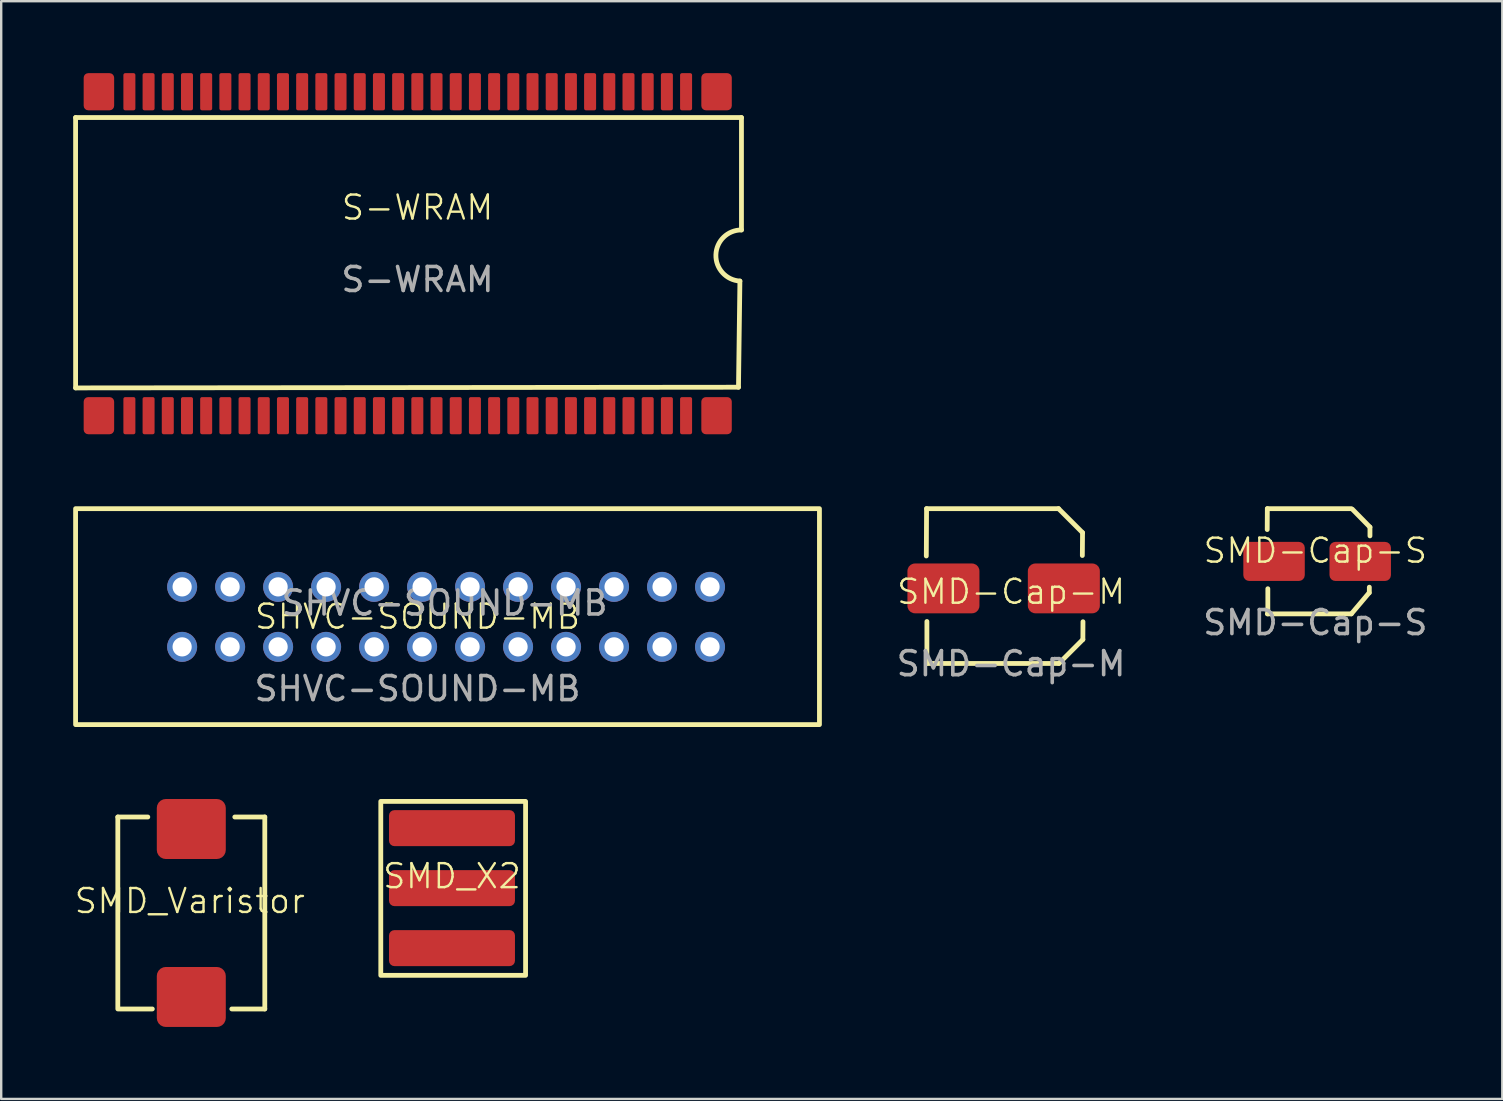
<source format=kicad_pcb>
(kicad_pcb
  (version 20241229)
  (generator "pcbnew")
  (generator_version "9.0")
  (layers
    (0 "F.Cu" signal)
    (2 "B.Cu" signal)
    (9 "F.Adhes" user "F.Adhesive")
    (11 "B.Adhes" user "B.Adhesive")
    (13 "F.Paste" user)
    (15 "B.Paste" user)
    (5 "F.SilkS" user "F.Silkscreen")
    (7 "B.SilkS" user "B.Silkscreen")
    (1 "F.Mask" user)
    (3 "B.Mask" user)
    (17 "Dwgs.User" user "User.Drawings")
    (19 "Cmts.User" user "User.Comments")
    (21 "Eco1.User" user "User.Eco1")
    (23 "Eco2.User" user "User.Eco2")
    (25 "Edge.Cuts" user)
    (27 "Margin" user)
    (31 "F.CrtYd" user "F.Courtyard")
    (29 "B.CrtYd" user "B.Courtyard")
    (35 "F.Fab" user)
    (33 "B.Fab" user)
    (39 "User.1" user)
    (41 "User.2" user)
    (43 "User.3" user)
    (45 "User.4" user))
  (footprint "SMD-Cap-M"
    (layer "F.Cu")
    (at 39.087 22.11)
    (property "Reference" "SMD-Cap-M" (at 0 -0.5 0) (unlocked yes) (layer "F.SilkS") (effects (font (size 1 1) (thickness 0.1))))
    (attr smd)
    (fp_line (start -3.523 -3.963) (end -3.534 -1.99) (stroke (width 0.2) (type solid)) (layer "F.SilkS"))
    (fp_line (start -3.523 -3.963) (end 1.977 -3.963) (stroke (width 0.2) (type solid)) (layer "F.SilkS"))
    (fp_line (start -3.509 2.49) (end -3.509 0.74) (stroke (width 0.2) (type solid)) (layer "F.SilkS"))
    (fp_line (start 1.977 -3.963) (end 2.977 -2.963) (stroke (width 0.2) (type solid)) (layer "F.SilkS"))
    (fp_line (start 1.991 2.49) (end -3.509 2.49) (stroke (width 0.2) (type solid)) (layer "F.SilkS"))
    (fp_line (start 2.977 -2.963) (end 2.969 -2.009) (stroke (width 0.2) (type solid)) (layer "F.SilkS"))
    (fp_line (start 2.991 1.49) (end 1.991 2.49) (stroke (width 0.2) (type solid)) (layer "F.SilkS"))
    (fp_line (start 2.995 0.75) (end 2.991 1.49) (stroke (width 0.2) (type solid)) (layer "F.SilkS"))
    (fp_text user "${REFERENCE}" (at 0 2.5 0) (unlocked yes) (layer "F.Fab") (effects (font (size 1 1) (thickness 0.15))))
    (pad "1" smd roundrect (at 2.198 -0.639) (size 3.001 2.077) (layers "F.Cu" "F.Mask" "F.Paste") (roundrect_rratio 0.15))
    (pad "2" smd roundrect (at -2.82 -0.639) (size 3.001 2.077) (layers "F.Cu" "F.Mask" "F.Paste") (roundrect_rratio 0.15)))
  (footprint "S-WRAM"
    (layer "F.Cu")
    (at 14.35 6.099)
    (property "Reference" "S-WRAM" (at 0 -0.5 0) (unlocked yes) (layer "F.SilkS") (effects (font (size 1 1) (thickness 0.1))))
    (attr smd)
    (fp_line (start -14.25 -4.25) (end -14.249 7.017) (stroke (width 0.2) (type solid)) (layer "F.SilkS"))
    (fp_line (start -14.25 -4.25) (end 13.5 -4.25) (stroke (width 0.2) (type solid)) (layer "F.SilkS"))
    (fp_line (start -14.249 7.017) (end 13.376 6.988) (stroke (width 0.2) (type solid)) (layer "F.SilkS"))
    (fp_line (start 13.376 6.988) (end 13.435 2.564) (stroke (width 0.2) (type solid)) (layer "F.SilkS"))
    (fp_line (start 13.5 -4.25) (end 13.5 0.434) (stroke (width 0.2) (type solid)) (layer "F.SilkS"))
    (fp_arc (start 13.434877 2.564133) (mid 12.434374 1.467423) (end 13.5 0.433876) (stroke (width 0.2) (type solid)) (layer "F.SilkS"))
    (fp_text user "${REFERENCE}" (at 0 2.5 0) (unlocked yes) (layer "F.Fab") (effects (font (size 1 1) (thickness 0.15))))
    (pad "1" smd roundrect (at 12.462 -5.326 90) (size 1.548 1.27) (layers "F.Cu" "F.Mask" "F.Paste") (roundrect_rratio 0.15))
    (pad "2" smd roundrect (at 11.192 -5.326 90) (size 1.548 0.5) (layers "F.Cu" "F.Mask" "F.Paste") (roundrect_rratio 0.15))
    (pad "3" smd roundrect (at 10.392 -5.326 90) (size 1.548 0.5) (layers "F.Cu" "F.Mask" "F.Paste") (roundrect_rratio 0.15))
    (pad "4" smd roundrect (at 9.592 -5.326 90) (size 1.548 0.5) (layers "F.Cu" "F.Mask" "F.Paste") (roundrect_rratio 0.15))
    (pad "5" smd roundrect (at 8.792 -5.326 90) (size 1.548 0.5) (layers "F.Cu" "F.Mask" "F.Paste") (roundrect_rratio 0.15))
    (pad "6" smd roundrect (at 7.992 -5.326 90) (size 1.548 0.5) (layers "F.Cu" "F.Mask" "F.Paste") (roundrect_rratio 0.15))
    (pad "7" smd roundrect (at 7.192 -5.326 90) (size 1.548 0.5) (layers "F.Cu" "F.Mask" "F.Paste") (roundrect_rratio 0.15))
    (pad "8" smd roundrect (at 6.392 -5.326 90) (size 1.548 0.5) (layers "F.Cu" "F.Mask" "F.Paste") (roundrect_rratio 0.15))
    (pad "9" smd roundrect (at 5.592 -5.326 90) (size 1.548 0.5) (layers "F.Cu" "F.Mask" "F.Paste") (roundrect_rratio 0.15))
    (pad "10" smd roundrect (at 4.792 -5.326 90) (size 1.548 0.5) (layers "F.Cu" "F.Mask" "F.Paste") (roundrect_rratio 0.15))
    (pad "11" smd roundrect (at 3.992 -5.326 90) (size 1.548 0.5) (layers "F.Cu" "F.Mask" "F.Paste") (roundrect_rratio 0.15))
    (pad "12" smd roundrect (at 3.192 -5.326 90) (size 1.548 0.5) (layers "F.Cu" "F.Mask" "F.Paste") (roundrect_rratio 0.15))
    (pad "13" smd roundrect (at 2.392 -5.326 90) (size 1.548 0.5) (layers "F.Cu" "F.Mask" "F.Paste") (roundrect_rratio 0.15))
    (pad "14" smd roundrect (at 1.592 -5.326 90) (size 1.548 0.5) (layers "F.Cu" "F.Mask" "F.Paste") (roundrect_rratio 0.15))
    (pad "15" smd roundrect (at 0.792 -5.326 90) (size 1.548 0.5) (layers "F.Cu" "F.Mask" "F.Paste") (roundrect_rratio 0.15))
    (pad "16" smd roundrect (at -0.008 -5.326 90) (size 1.548 0.5) (layers "F.Cu" "F.Mask" "F.Paste") (roundrect_rratio 0.15))
    (pad "17" smd roundrect (at -0.808 -5.326 90) (size 1.548 0.5) (layers "F.Cu" "F.Mask" "F.Paste") (roundrect_rratio 0.15))
    (pad "18" smd roundrect (at -1.608 -5.326 90) (size 1.548 0.5) (layers "F.Cu" "F.Mask" "F.Paste") (roundrect_rratio 0.15))
    (pad "19" smd roundrect (at -2.408 -5.326 90) (size 1.548 0.5) (layers "F.Cu" "F.Mask" "F.Paste") (roundrect_rratio 0.15))
    (pad "20" smd roundrect (at -3.208 -5.326 90) (size 1.548 0.5) (layers "F.Cu" "F.Mask" "F.Paste") (roundrect_rratio 0.15))
    (pad "21" smd roundrect (at -4.008 -5.326 90) (size 1.548 0.5) (layers "F.Cu" "F.Mask" "F.Paste") (roundrect_rratio 0.15))
    (pad "22" smd roundrect (at -4.808 -5.326 90) (size 1.548 0.5) (layers "F.Cu" "F.Mask" "F.Paste") (roundrect_rratio 0.15))
    (pad "23" smd roundrect (at -5.608 -5.326 90) (size 1.548 0.5) (layers "F.Cu" "F.Mask" "F.Paste") (roundrect_rratio 0.15))
    (pad "24" smd roundrect (at -6.408 -5.326 90) (size 1.548 0.5) (layers "F.Cu" "F.Mask" "F.Paste") (roundrect_rratio 0.15))
    (pad "25" smd roundrect (at -7.208 -5.326 90) (size 1.548 0.5) (layers "F.Cu" "F.Mask" "F.Paste") (roundrect_rratio 0.15))
    (pad "26" smd roundrect (at -8.008 -5.326 90) (size 1.548 0.5) (layers "F.Cu" "F.Mask" "F.Paste") (roundrect_rratio 0.15))
    (pad "27" smd roundrect (at -8.808 -5.326 90) (size 1.548 0.5) (layers "F.Cu" "F.Mask" "F.Paste") (roundrect_rratio 0.15))
    (pad "28" smd roundrect (at -9.608 -5.326 90) (size 1.548 0.5) (layers "F.Cu" "F.Mask" "F.Paste") (roundrect_rratio 0.15))
    (pad "29" smd roundrect (at -10.408 -5.326 90) (size 1.548 0.5) (layers "F.Cu" "F.Mask" "F.Paste") (roundrect_rratio 0.15))
    (pad "30" smd roundrect (at -11.208 -5.326 90) (size 1.548 0.5) (layers "F.Cu" "F.Mask" "F.Paste") (roundrect_rratio 0.15))
    (pad "31" smd roundrect (at -12.008 -5.326 90) (size 1.548 0.5) (layers "F.Cu" "F.Mask" "F.Paste") (roundrect_rratio 0.15))
    (pad "32" smd roundrect (at -13.278 -5.326 90) (size 1.548 1.27) (layers "F.Cu" "F.Mask" "F.Paste") (roundrect_rratio 0.15))
    (pad "33" smd roundrect (at -13.278 8.174 90) (size 1.548 1.27) (layers "F.Cu" "F.Mask" "F.Paste") (roundrect_rratio 0.15))
    (pad "34" smd roundrect (at -12.008 8.174 90) (size 1.548 0.5) (layers "F.Cu" "F.Mask" "F.Paste") (roundrect_rratio 0.15))
    (pad "35" smd roundrect (at -11.208 8.174 90) (size 1.548 0.5) (layers "F.Cu" "F.Mask" "F.Paste") (roundrect_rratio 0.15))
    (pad "36" smd roundrect (at -10.408 8.174 90) (size 1.548 0.5) (layers "F.Cu" "F.Mask" "F.Paste") (roundrect_rratio 0.15))
    (pad "37" smd roundrect (at -9.608 8.174 90) (size 1.548 0.5) (layers "F.Cu" "F.Mask" "F.Paste") (roundrect_rratio 0.15))
    (pad "38" smd roundrect (at -8.808 8.174 90) (size 1.548 0.5) (layers "F.Cu" "F.Mask" "F.Paste") (roundrect_rratio 0.15))
    (pad "39" smd roundrect (at -8.008 8.174 90) (size 1.548 0.5) (layers "F.Cu" "F.Mask" "F.Paste") (roundrect_rratio 0.15))
    (pad "40" smd roundrect (at -7.208 8.174 90) (size 1.548 0.5) (layers "F.Cu" "F.Mask" "F.Paste") (roundrect_rratio 0.15))
    (pad "41" smd roundrect (at -6.408 8.174 90) (size 1.548 0.5) (layers "F.Cu" "F.Mask" "F.Paste") (roundrect_rratio 0.15))
    (pad "42" smd roundrect (at -5.608 8.174 90) (size 1.548 0.5) (layers "F.Cu" "F.Mask" "F.Paste") (roundrect_rratio 0.15))
    (pad "43" smd roundrect (at -4.808 8.174 90) (size 1.548 0.5) (layers "F.Cu" "F.Mask" "F.Paste") (roundrect_rratio 0.15))
    (pad "44" smd roundrect (at -4.008 8.174 90) (size 1.548 0.5) (layers "F.Cu" "F.Mask" "F.Paste") (roundrect_rratio 0.15))
    (pad "45" smd roundrect (at -3.208 8.174 90) (size 1.548 0.5) (layers "F.Cu" "F.Mask" "F.Paste") (roundrect_rratio 0.15))
    (pad "46" smd roundrect (at -2.408 8.174 90) (size 1.548 0.5) (layers "F.Cu" "F.Mask" "F.Paste") (roundrect_rratio 0.15))
    (pad "47" smd roundrect (at -1.608 8.174 90) (size 1.548 0.5) (layers "F.Cu" "F.Mask" "F.Paste") (roundrect_rratio 0.15))
    (pad "48" smd roundrect (at -0.808 8.174 90) (size 1.548 0.5) (layers "F.Cu" "F.Mask" "F.Paste") (roundrect_rratio 0.15))
    (pad "49" smd roundrect (at -0.008 8.174 90) (size 1.548 0.5) (layers "F.Cu" "F.Mask" "F.Paste") (roundrect_rratio 0.15))
    (pad "50" smd roundrect (at 0.792 8.174 90) (size 1.548 0.5) (layers "F.Cu" "F.Mask" "F.Paste") (roundrect_rratio 0.15))
    (pad "51" smd roundrect (at 1.592 8.174 90) (size 1.548 0.5) (layers "F.Cu" "F.Mask" "F.Paste") (roundrect_rratio 0.15))
    (pad "52" smd roundrect (at 2.392 8.174 90) (size 1.548 0.5) (layers "F.Cu" "F.Mask" "F.Paste") (roundrect_rratio 0.15))
    (pad "53" smd roundrect (at 3.192 8.174 90) (size 1.548 0.5) (layers "F.Cu" "F.Mask" "F.Paste") (roundrect_rratio 0.15))
    (pad "54" smd roundrect (at 3.992 8.174 90) (size 1.548 0.5) (layers "F.Cu" "F.Mask" "F.Paste") (roundrect_rratio 0.15))
    (pad "55" smd roundrect (at 4.792 8.174 90) (size 1.548 0.5) (layers "F.Cu" "F.Mask" "F.Paste") (roundrect_rratio 0.15))
    (pad "56" smd roundrect (at 5.592 8.174 90) (size 1.548 0.5) (layers "F.Cu" "F.Mask" "F.Paste") (roundrect_rratio 0.15))
    (pad "57" smd roundrect (at 6.392 8.174 90) (size 1.548 0.5) (layers "F.Cu" "F.Mask" "F.Paste") (roundrect_rratio 0.15))
    (pad "58" smd roundrect (at 7.192 8.174 90) (size 1.548 0.5) (layers "F.Cu" "F.Mask" "F.Paste") (roundrect_rratio 0.15))
    (pad "59" smd roundrect (at 7.992 8.174 90) (size 1.548 0.5) (layers "F.Cu" "F.Mask" "F.Paste") (roundrect_rratio 0.15))
    (pad "60" smd roundrect (at 8.792 8.174 90) (size 1.548 0.5) (layers "F.Cu" "F.Mask" "F.Paste") (roundrect_rratio 0.15))
    (pad "61" smd roundrect (at 9.592 8.174 90) (size 1.548 0.5) (layers "F.Cu" "F.Mask" "F.Paste") (roundrect_rratio 0.15))
    (pad "62" smd roundrect (at 10.392 8.174 90) (size 1.548 0.5) (layers "F.Cu" "F.Mask" "F.Paste") (roundrect_rratio 0.15))
    (pad "63" smd roundrect (at 11.192 8.174 90) (size 1.548 0.5) (layers "F.Cu" "F.Mask" "F.Paste") (roundrect_rratio 0.15))
    (pad "64" smd roundrect (at 12.462 8.174 90) (size 1.548 1.27) (layers "F.Cu" "F.Mask" "F.Paste") (roundrect_rratio 0.15)))
  (footprint "SMD_Varistor"
    (layer "F.Cu")
    (at 4.86 34.998)
    (property "Reference" "SMD_Varistor" (at 0 -0.5 0) (unlocked yes) (layer "F.SilkS") (effects (font (size 1 1) (thickness 0.1))))
    (attr smd)
    (fp_line (start -3 -4) (end -3 4) (stroke (width 0.2) (type solid)) (layer "F.SilkS"))
    (fp_line (start -1.75 -4) (end -3 -4) (stroke (width 0.2) (type solid)) (layer "F.SilkS"))
    (fp_line (start -1.562 4) (end -2.938 4) (stroke (width 0.2) (type solid)) (layer "F.SilkS"))
    (fp_line (start 1.875 -4) (end 3.125 -4) (stroke (width 0.2) (type solid)) (layer "F.SilkS"))
    (fp_line (start 3.125 -4) (end 3.125 4) (stroke (width 0.2) (type solid)) (layer "F.SilkS"))
    (fp_line (start 3.125 4) (end 1.75 4) (stroke (width 0.2) (type solid)) (layer "F.SilkS"))
    (pad "1" smd roundrect (at 0.062 -3.5) (size 2.875 2.5) (layers "F.Cu" "F.Mask" "F.Paste") (roundrect_rratio 0.15))
    (pad "2" smd roundrect (at 0.062 3.5) (size 2.875 2.5) (layers "F.Cu" "F.Mask" "F.Paste") (roundrect_rratio 0.15)))
  (footprint "SHVC-SOUND-MB"
    (layer "F.Cu")
    (at 14.35 23.148)
    (property "Reference" "SHVC-SOUND-MB" (at 0 -0.5 0) (unlocked yes) (layer "F.SilkS") (effects (font (size 1 1) (thickness 0.1))))
    (attr smd)
    (fp_rect (start -14.25 -5) (end 16.75 4) (stroke (width 0.2) (type solid)) (fill no) (layer "F.SilkS"))
    (fp_text user "${REFERENCE}" (at 0 2.5 0) (unlocked yes) (layer "F.Fab") (effects (font (size 1 1) (thickness 0.15))))
    (fp_text user "${REFERENCE}" (at 1.129 -1.067 180) (layer "F.Fab") (effects (font (size 1 1) (thickness 0.15))))
    (pad "1" thru_hole circle (at -9.81 0.76 90) (size 1.25 1.25) (drill 0.8) (layers "*.Cu" "*.Mask"))
    (pad "2" thru_hole circle (at -9.81 -1.74 90) (size 1.25 1.25) (drill 0.8) (layers "*.Cu" "*.Mask"))
    (pad "3" thru_hole circle (at -7.81 0.76 90) (size 1.25 1.25) (drill 0.8) (layers "*.Cu" "*.Mask"))
    (pad "4" thru_hole circle (at -7.81 -1.74 90) (size 1.25 1.25) (drill 0.8) (layers "*.Cu" "*.Mask"))
    (pad "5" thru_hole circle (at -5.81 0.76 90) (size 1.25 1.25) (drill 0.8) (layers "*.Cu" "*.Mask"))
    (pad "6" thru_hole circle (at -5.81 -1.74 90) (size 1.25 1.25) (drill 0.8) (layers "*.Cu" "*.Mask"))
    (pad "7" thru_hole circle (at -3.81 0.76 90) (size 1.25 1.25) (drill 0.8) (layers "*.Cu" "*.Mask"))
    (pad "8" thru_hole circle (at -3.81 -1.74 90) (size 1.25 1.25) (drill 0.8) (layers "*.Cu" "*.Mask"))
    (pad "9" thru_hole circle (at -1.81 0.76 90) (size 1.25 1.25) (drill 0.8) (layers "*.Cu" "*.Mask"))
    (pad "10" thru_hole circle (at -1.81 -1.74 90) (size 1.25 1.25) (drill 0.8) (layers "*.Cu" "*.Mask"))
    (pad "11" thru_hole circle (at 0.19 0.76 90) (size 1.25 1.25) (drill 0.8) (layers "*.Cu" "*.Mask"))
    (pad "12" thru_hole circle (at 0.19 -1.74 90) (size 1.25 1.25) (drill 0.8) (layers "*.Cu" "*.Mask"))
    (pad "13" thru_hole circle (at 2.19 0.76 90) (size 1.25 1.25) (drill 0.8) (layers "*.Cu" "*.Mask"))
    (pad "14" thru_hole circle (at 2.19 -1.74 90) (size 1.25 1.25) (drill 0.8) (layers "*.Cu" "*.Mask"))
    (pad "15" thru_hole circle (at 4.19 0.76 90) (size 1.25 1.25) (drill 0.8) (layers "*.Cu" "*.Mask"))
    (pad "16" thru_hole circle (at 4.19 -1.74 90) (size 1.25 1.25) (drill 0.8) (layers "*.Cu" "*.Mask"))
    (pad "17" thru_hole circle (at 6.19 0.76 90) (size 1.25 1.25) (drill 0.8) (layers "*.Cu" "*.Mask"))
    (pad "18" thru_hole circle (at 6.19 -1.74 90) (size 1.25 1.25) (drill 0.8) (layers "*.Cu" "*.Mask"))
    (pad "19" thru_hole circle (at 8.19 0.76 90) (size 1.25 1.25) (drill 0.8) (layers "*.Cu" "*.Mask"))
    (pad "20" thru_hole circle (at 8.19 -1.74 90) (size 1.25 1.25) (drill 0.8) (layers "*.Cu" "*.Mask"))
    (pad "21" thru_hole circle (at 10.19 0.76 90) (size 1.25 1.25) (drill 0.8) (layers "*.Cu" "*.Mask"))
    (pad "22" thru_hole circle (at 10.19 -1.74 90) (size 1.25 1.25) (drill 0.8) (layers "*.Cu" "*.Mask"))
    (pad "23" thru_hole circle (at 12.19 0.76 90) (size 1.25 1.25) (drill 0.8) (layers "*.Cu" "*.Mask"))
    (pad "24" thru_hole circle (at 12.19 -1.74 90) (size 1.25 1.25) (drill 0.8) (layers "*.Cu" "*.Mask")))
  (footprint "SMD_X2"
    (layer "F.Cu")
    (at 15.786 33.962)
    (property "Reference" "SMD_X2" (at 0 -0.5 0) (unlocked yes) (layer "F.SilkS") (effects (font (size 1 1) (thickness 0.1))))
    (attr smd)
    (fp_rect (start -2.967 -3.615) (end 3.067 3.635) (stroke (width 0.2) (type solid)) (fill no) (layer "F.SilkS"))
    (pad "1" smd roundrect (at 0 2.5) (size 5.25 1.5) (layers "F.Cu" "F.Mask" "F.Paste") (roundrect_rratio 0.15))
    (pad "2" smd roundrect (at 0 -2.5) (size 5.25 1.5) (layers "F.Cu" "F.Mask" "F.Paste") (roundrect_rratio 0.15))
    (pad "3" smd roundrect (at 0 0) (size 5.25 1.5) (layers "F.Cu" "F.Mask" "F.Paste") (roundrect_rratio 0.15)))
  (footprint "SMD-Cap-S"
    (layer "F.Cu")
    (at 51.765 20.398)
    (property "Reference" "SMD-Cap-S" (at 0 -0.5 0) (unlocked yes) (layer "F.SilkS") (effects (font (size 1 1) (thickness 0.1))))
    (attr smd)
    (fp_line (start -2 -2.25) (end -2.005 -1.379) (stroke (width 0.2) (type solid)) (layer "F.SilkS"))
    (fp_line (start -2 -2.25) (end 1.5 -2.25) (stroke (width 0.2) (type solid)) (layer "F.SilkS"))
    (fp_line (start -1.979 2.135) (end -1.979 1.087) (stroke (width 0.2) (type solid)) (layer "F.SilkS"))
    (fp_line (start 1.5 2.135) (end -2 2.135) (stroke (width 0.2) (type solid)) (layer "F.SilkS"))
    (fp_line (start 1.547 -2.223) (end 2.277 -1.48) (stroke (width 0.2) (type solid)) (layer "F.SilkS"))
    (fp_line (start 2.243 1.255) (end 1.5 2.135) (stroke (width 0.2) (type solid)) (layer "F.SilkS"))
    (fp_line (start 2.251 1.022) (end 2.25 1.255) (stroke (width 0.2) (type solid)) (layer "F.SilkS"))
    (fp_line (start 2.277 -1.48) (end 2.277 -1.115) (stroke (width 0.2) (type solid)) (layer "F.SilkS"))
    (fp_text user "${REFERENCE}" (at 0 2.5 0) (unlocked yes) (layer "F.Fab") (effects (font (size 1 1) (thickness 0.15))))
    (pad "1" smd roundrect (at 1.871 -0.051) (size 2.561 1.628) (layers "F.Cu" "F.Mask" "F.Paste") (roundrect_rratio 0.15))
    (pad "2" smd roundrect (at -1.72 -0.051) (size 2.561 1.628) (layers "F.Cu" "F.Mask" "F.Paste") (roundrect_rratio 0.15)))
  (gr_rect
    (start -3 -3)
    (end 59.557 42.748)
    (stroke (width 0.1) (type default))
    (fill no)
    (layer "Edge.Cuts")))
</source>
